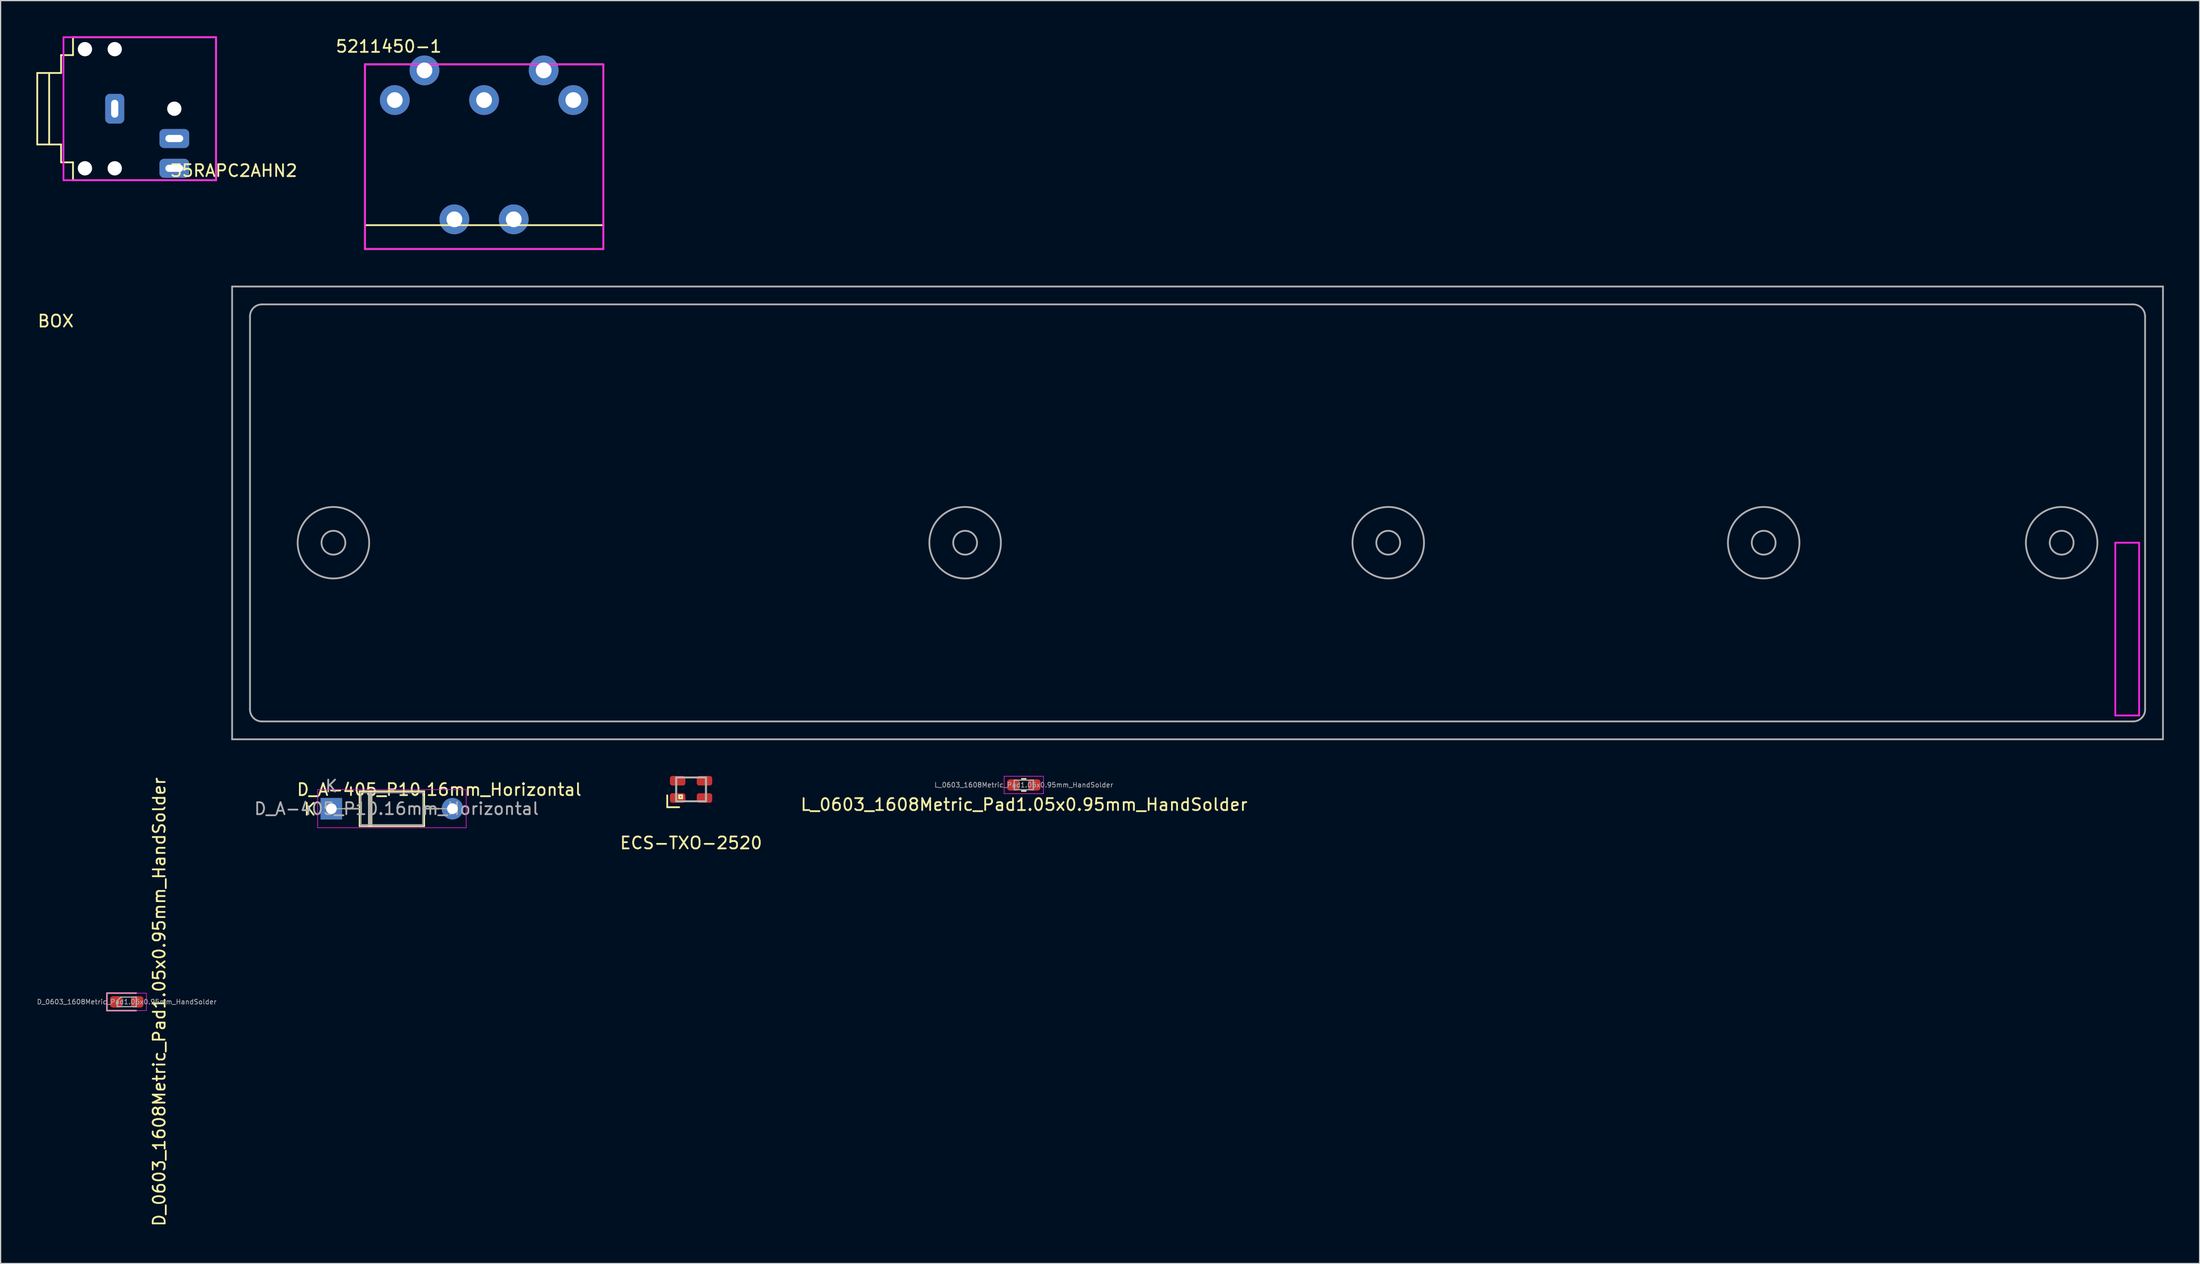
<source format=kicad_pcb>
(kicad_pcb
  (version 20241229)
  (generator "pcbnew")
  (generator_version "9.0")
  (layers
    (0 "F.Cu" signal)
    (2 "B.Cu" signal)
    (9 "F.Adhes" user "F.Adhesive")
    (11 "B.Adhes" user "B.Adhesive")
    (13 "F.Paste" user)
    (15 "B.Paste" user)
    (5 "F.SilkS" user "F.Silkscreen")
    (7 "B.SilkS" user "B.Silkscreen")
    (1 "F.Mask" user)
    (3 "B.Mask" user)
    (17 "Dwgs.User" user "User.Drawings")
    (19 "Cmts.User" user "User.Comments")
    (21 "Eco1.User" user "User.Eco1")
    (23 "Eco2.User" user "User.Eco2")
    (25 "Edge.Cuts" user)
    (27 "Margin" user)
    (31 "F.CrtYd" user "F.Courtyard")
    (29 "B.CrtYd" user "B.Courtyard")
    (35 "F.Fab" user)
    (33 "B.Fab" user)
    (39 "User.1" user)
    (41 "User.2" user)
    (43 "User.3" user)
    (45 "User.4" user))
  (footprint "ECS-TXO-2520"
    (layer "F.Cu")
    (at 54.931 63.198)
    (property "Reference" "ECS-TXO-2520" (at 0 4.5 0) (layer "F.SilkS") (effects (font (size 1 1) (thickness 0.15))))
    (attr through_hole)
    (fp_line (start -2 0.5) (end -2 1.5) (stroke (width 0.15) (type solid)) (layer "F.SilkS"))
    (fp_line (start -2 1.5) (end -1 1.5) (stroke (width 0.15) (type solid)) (layer "F.SilkS"))
    (fp_line (start -1.25 -1) (end -1.25 1) (stroke (width 0.15) (type solid)) (layer "F.SilkS"))
    (fp_line (start -1.25 1) (end 1.25 1) (stroke (width 0.15) (type solid)) (layer "F.SilkS"))
    (fp_line (start -1 0.5) (end -1 0.75) (stroke (width 0.15) (type solid)) (layer "F.SilkS"))
    (fp_line (start -1 0.75) (end -0.75 0.75) (stroke (width 0.15) (type solid)) (layer "F.SilkS"))
    (fp_line (start -0.75 0.5) (end -1 0.5) (stroke (width 0.15) (type solid)) (layer "F.SilkS"))
    (fp_line (start -0.75 0.75) (end -0.75 0.5) (stroke (width 0.15) (type solid)) (layer "F.SilkS"))
    (fp_line (start 1.25 -1) (end -1.25 -1) (stroke (width 0.15) (type solid)) (layer "F.SilkS"))
    (fp_line (start 1.25 1) (end 1.25 -1) (stroke (width 0.15) (type solid)) (layer "F.SilkS"))
    (fp_line (start -1.25 -1) (end -1.25 1) (stroke (width 0.15) (type solid)) (layer "F.Fab"))
    (fp_line (start -1.25 1) (end 1.25 1) (stroke (width 0.15) (type solid)) (layer "F.Fab"))
    (fp_line (start 1.25 -1) (end -1.25 -1) (stroke (width 0.15) (type solid)) (layer "F.Fab"))
    (fp_line (start 1.25 1) (end 1.25 -1) (stroke (width 0.15) (type solid)) (layer "F.Fab"))
    (pad "1" smd roundrect (at -1.125 0.725) (size 1.3 0.8) (layers "F.Cu" "F.Mask" "F.Paste") (roundrect_rratio 0.25))
    (pad "2" smd roundrect (at 1.125 0.725) (size 1.3 0.8) (layers "F.Cu" "F.Mask" "F.Paste") (roundrect_rratio 0.25))
    (pad "3" smd roundrect (at 1.125 -0.725) (size 1.3 0.8) (layers "F.Cu" "F.Mask" "F.Paste") (roundrect_rratio 0.25))
    (pad "4" smd roundrect (at -1.125 -0.725) (size 1.3 0.8) (layers "F.Cu" "F.Mask" "F.Paste") (roundrect_rratio 0.25)))
  (footprint "D_A-405_P10.16mm_Horizontal"
    (layer "F.Cu")
    (at 24.75 64.822)
    (property "Reference" "D_A-405_P10.16mm_Horizontal" (at 9.05 -1.6 0) (layer "F.SilkS") (effects (font (size 1 1) (thickness 0.15))))
    (attr through_hole)
    (fp_line (start 1.14 0) (end 2.36 0) (stroke (width 0.12) (type solid)) (layer "F.SilkS"))
    (fp_line (start 2.36 -1.47) (end 2.36 1.47) (stroke (width 0.12) (type solid)) (layer "F.SilkS"))
    (fp_line (start 2.36 1.47) (end 7.8 1.47) (stroke (width 0.12) (type solid)) (layer "F.SilkS"))
    (fp_line (start 3.14 -1.47) (end 3.14 1.47) (stroke (width 0.12) (type solid)) (layer "F.SilkS"))
    (fp_line (start 3.26 -1.47) (end 3.26 1.47) (stroke (width 0.12) (type solid)) (layer "F.SilkS"))
    (fp_line (start 3.38 -1.47) (end 3.38 1.47) (stroke (width 0.12) (type solid)) (layer "F.SilkS"))
    (fp_line (start 7.8 -1.47) (end 2.36 -1.47) (stroke (width 0.12) (type solid)) (layer "F.SilkS"))
    (fp_line (start 7.8 1.47) (end 7.8 -1.47) (stroke (width 0.12) (type solid)) (layer "F.SilkS"))
    (fp_line (start 9.02 0) (end 7.8 0) (stroke (width 0.12) (type solid)) (layer "F.SilkS"))
    (fp_line (start -1.15 -1.6) (end -1.15 1.6) (stroke (width 0.05) (type solid)) (layer "F.CrtYd"))
    (fp_line (start -1.15 1.6) (end 11.31 1.6) (stroke (width 0.05) (type solid)) (layer "F.CrtYd"))
    (fp_line (start 11.31 -1.6) (end -1.15 -1.6) (stroke (width 0.05) (type solid)) (layer "F.CrtYd"))
    (fp_line (start 11.31 1.6) (end 11.31 -1.6) (stroke (width 0.05) (type solid)) (layer "F.CrtYd"))
    (fp_line (start 0 0) (end 2.48 0) (stroke (width 0.1) (type solid)) (layer "F.Fab"))
    (fp_line (start 2.48 -1.35) (end 2.48 1.35) (stroke (width 0.1) (type solid)) (layer "F.Fab"))
    (fp_line (start 2.48 1.35) (end 7.68 1.35) (stroke (width 0.1) (type solid)) (layer "F.Fab"))
    (fp_line (start 3.16 -1.35) (end 3.16 1.35) (stroke (width 0.1) (type solid)) (layer "F.Fab"))
    (fp_line (start 3.26 -1.35) (end 3.26 1.35) (stroke (width 0.1) (type solid)) (layer "F.Fab"))
    (fp_line (start 3.36 -1.35) (end 3.36 1.35) (stroke (width 0.1) (type solid)) (layer "F.Fab"))
    (fp_line (start 7.68 -1.35) (end 2.48 -1.35) (stroke (width 0.1) (type solid)) (layer "F.Fab"))
    (fp_line (start 7.68 1.35) (end 7.68 -1.35) (stroke (width 0.1) (type solid)) (layer "F.Fab"))
    (fp_line (start 10.16 0) (end 7.68 0) (stroke (width 0.1) (type solid)) (layer "F.Fab"))
    (fp_text user "K" (at -1.8 0.05 0) (layer "F.SilkS") (effects (font (size 1 1) (thickness 0.15))))
    (fp_text user "K" (at 0 -1.9 0) (layer "F.Fab") (effects (font (size 1 1) (thickness 0.15))))
    (fp_text user "${REFERENCE}" (at 5.47 0 0) (layer "F.Fab") (effects (font (size 1 1) (thickness 0.15))))
    (pad "1" thru_hole rect (at 0 0) (size 1.8 1.8) (drill 0.9) (layers "*.Cu" "*.Mask"))
    (pad "2" thru_hole oval (at 10.16 0) (size 1.8 1.8) (drill 0.9) (layers "*.Cu" "*.Mask")))
  (footprint "D_0603_1608Metric_Pad1.05x0.95mm_HandSolder"
    (layer "F.Cu")
    (at 7.583 81.032)
    (property "Reference" "D_0603_1608Metric_Pad1.05x0.95mm_HandSolder" (at 2.725 0 90) (layer "F.SilkS") (effects (font (size 1 1) (thickness 0.15))))
    (attr smd)
    (fp_line (start -1.66 -0.735) (end -1.66 0.735) (stroke (width 0.12) (type solid)) (layer "F.SilkS"))
    (fp_line (start -1.66 0.735) (end 0.8 0.735) (stroke (width 0.12) (type solid)) (layer "F.SilkS"))
    (fp_line (start 0.8 -0.735) (end -1.66 -0.735) (stroke (width 0.12) (type solid)) (layer "F.SilkS"))
    (fp_line (start -1.65 -0.73) (end 1.65 -0.73) (stroke (width 0.05) (type solid)) (layer "F.CrtYd"))
    (fp_line (start -1.65 0.73) (end -1.65 -0.73) (stroke (width 0.05) (type solid)) (layer "F.CrtYd"))
    (fp_line (start 1.65 -0.73) (end 1.65 0.73) (stroke (width 0.05) (type solid)) (layer "F.CrtYd"))
    (fp_line (start 1.65 0.73) (end -1.65 0.73) (stroke (width 0.05) (type solid)) (layer "F.CrtYd"))
    (fp_line (start -0.8 -0.1) (end -0.8 0.4) (stroke (width 0.1) (type solid)) (layer "F.Fab"))
    (fp_line (start -0.8 0.4) (end 0.8 0.4) (stroke (width 0.1) (type solid)) (layer "F.Fab"))
    (fp_line (start -0.5 -0.4) (end -0.8 -0.1) (stroke (width 0.1) (type solid)) (layer "F.Fab"))
    (fp_line (start 0.8 -0.4) (end -0.5 -0.4) (stroke (width 0.1) (type solid)) (layer "F.Fab"))
    (fp_line (start 0.8 0.4) (end 0.8 -0.4) (stroke (width 0.1) (type solid)) (layer "F.Fab"))
    (fp_text user "${REFERENCE}" (at 0 0 0) (layer "F.Fab") (effects (font (size 0.4 0.4) (thickness 0.06))))
    (pad "1" smd roundrect (at -0.875 0) (size 1.05 0.95) (layers "F.Cu" "F.Mask" "F.Paste") (roundrect_rratio 0.25))
    (pad "2" smd roundrect (at 0.875 0) (size 1.05 0.95) (layers "F.Cu" "F.Mask" "F.Paste") (roundrect_rratio 0.25)))
  (footprint "5211450-1"
    (layer "F.Cu")
    (at 37.563 5.348)
    (property "Reference" "5211450-1" (at -8 -4.5 0) (layer "F.SilkS") (effects (font (size 1 1) (thickness 0.15))))
    (attr through_hole)
    (fp_line (start -10 -3) (end 10 -3) (stroke (width 0.15) (type solid)) (layer "F.SilkS"))
    (fp_line (start -10 10.5) (end -10 -3) (stroke (width 0.15) (type solid)) (layer "F.SilkS"))
    (fp_line (start -10 10.5) (end -10 12.5) (stroke (width 0.15) (type solid)) (layer "F.SilkS"))
    (fp_line (start -10 12.5) (end 10 12.5) (stroke (width 0.15) (type solid)) (layer "F.SilkS"))
    (fp_line (start 10 -3) (end 10 10.5) (stroke (width 0.15) (type solid)) (layer "F.SilkS"))
    (fp_line (start 10 10.5) (end -10 10.5) (stroke (width 0.15) (type solid)) (layer "F.SilkS"))
    (fp_line (start 10 12.5) (end 10 10.5) (stroke (width 0.15) (type solid)) (layer "F.SilkS"))
    (fp_line (start -10 -3) (end -10 12.5) (stroke (width 0.15) (type solid)) (layer "F.CrtYd"))
    (fp_line (start -10 12.5) (end 10 12.5) (stroke (width 0.15) (type solid)) (layer "F.CrtYd"))
    (fp_line (start 10 -3) (end -10 -3) (stroke (width 0.15) (type solid)) (layer "F.CrtYd"))
    (fp_line (start 10 12.5) (end 10 -3) (stroke (width 0.15) (type solid)) (layer "F.CrtYd"))
    (pad "1" thru_hole circle (at 7.49 0) (size 2.5 2.5) (drill 1.32) (layers "*.Cu" "*.Mask"))
    (pad "2" thru_hole circle (at 0 0) (size 2.5 2.5) (drill 1.32) (layers "*.Cu" "*.Mask"))
    (pad "3" thru_hole circle (at -7.49 0) (size 2.5 2.5) (drill 1.32) (layers "*.Cu" "*.Mask"))
    (pad "4" thru_hole circle (at 5 -2.49) (size 2.5 2.5) (drill 1.32) (layers "*.Cu" "*.Mask"))
    (pad "5" thru_hole circle (at -5 -2.49) (size 2.5 2.5) (drill 1.32) (layers "*.Cu" "*.Mask"))
    (pad "6" thru_hole circle (at -2.49 10.01) (size 2.5 2.5) (drill 1.32) (layers "*.Cu" "*.Mask"))
    (pad "6" thru_hole circle (at 2.49 10.01) (size 2.5 2.5) (drill 1.32) (layers "*.Cu" "*.Mask")))
  (footprint "L_0603_1608Metric_Pad1.05x0.95mm_HandSolder"
    (layer "F.Cu")
    (at 82.847 62.828)
    (property "Reference" "L_0603_1608Metric_Pad1.05x0.95mm_HandSolder" (at 0.025 1.65 0) (layer "F.SilkS") (effects (font (size 1 1) (thickness 0.15))))
    (attr smd)
    (fp_line (start -0.171 -0.51) (end 0.171 -0.51) (stroke (width 0.12) (type solid)) (layer "F.SilkS"))
    (fp_line (start -0.171 0.51) (end 0.171 0.51) (stroke (width 0.12) (type solid)) (layer "F.SilkS"))
    (fp_line (start -1.65 -0.73) (end 1.65 -0.73) (stroke (width 0.05) (type solid)) (layer "F.CrtYd"))
    (fp_line (start -1.65 0.73) (end -1.65 -0.73) (stroke (width 0.05) (type solid)) (layer "F.CrtYd"))
    (fp_line (start 1.65 -0.73) (end 1.65 0.73) (stroke (width 0.05) (type solid)) (layer "F.CrtYd"))
    (fp_line (start 1.65 0.73) (end -1.65 0.73) (stroke (width 0.05) (type solid)) (layer "F.CrtYd"))
    (fp_line (start -0.8 -0.4) (end 0.8 -0.4) (stroke (width 0.1) (type solid)) (layer "F.Fab"))
    (fp_line (start -0.8 0.4) (end -0.8 -0.4) (stroke (width 0.1) (type solid)) (layer "F.Fab"))
    (fp_line (start 0.8 -0.4) (end 0.8 0.4) (stroke (width 0.1) (type solid)) (layer "F.Fab"))
    (fp_line (start 0.8 0.4) (end -0.8 0.4) (stroke (width 0.1) (type solid)) (layer "F.Fab"))
    (fp_text user "${REFERENCE}" (at 0 0 0) (layer "F.Fab") (effects (font (size 0.4 0.4) (thickness 0.06))))
    (pad "1" smd roundrect (at -0.875 0) (size 1.05 0.95) (layers "F.Cu" "F.Mask" "F.Paste") (roundrect_rratio 0.25))
    (pad "2" smd roundrect (at 0.875 0) (size 1.05 0.95) (layers "F.Cu" "F.Mask" "F.Paste") (roundrect_rratio 0.25)))
  (footprint "35RAPC2AHN2"
    (layer "F.Cu")
    (at 6.575 6.075)
    (property "Reference" "35RAPC2AHN2" (at 10 5.2 0) (layer "F.SilkS") (effects (font (size 1 1) (thickness 0.15))))
    (attr through_hole)
    (fp_line (start -6.5 -3) (end -6.5 3) (stroke (width 0.15) (type solid)) (layer "F.SilkS"))
    (fp_line (start -6.5 3) (end -4.5 3) (stroke (width 0.15) (type solid)) (layer "F.SilkS"))
    (fp_line (start -5.5 -3) (end -5.5 3) (stroke (width 0.15) (type solid)) (layer "F.SilkS"))
    (fp_line (start -4.5 -4.5) (end -3.5 -4.5) (stroke (width 0.15) (type solid)) (layer "F.SilkS"))
    (fp_line (start -4.5 -3) (end -6.5 -3) (stroke (width 0.15) (type solid)) (layer "F.SilkS"))
    (fp_line (start -4.5 -3) (end -4.5 -4.5) (stroke (width 0.15) (type solid)) (layer "F.SilkS"))
    (fp_line (start -4.5 3) (end -4.5 4.5) (stroke (width 0.15) (type solid)) (layer "F.SilkS"))
    (fp_line (start -4.5 4.5) (end -3.5 4.5) (stroke (width 0.15) (type solid)) (layer "F.SilkS"))
    (fp_line (start -3.5 -6) (end 8.5 -6) (stroke (width 0.15) (type solid)) (layer "F.SilkS"))
    (fp_line (start -3.5 -4.5) (end -3.5 -6) (stroke (width 0.15) (type solid)) (layer "F.SilkS"))
    (fp_line (start -3.5 4.5) (end -3.5 6) (stroke (width 0.15) (type solid)) (layer "F.SilkS"))
    (fp_line (start 8.5 -6) (end 8.5 6) (stroke (width 0.15) (type solid)) (layer "F.SilkS"))
    (fp_line (start 8.5 6) (end -3.5 6) (stroke (width 0.15) (type solid)) (layer "F.SilkS"))
    (fp_line (start -4.3 -6) (end -4.3 6) (stroke (width 0.15) (type solid)) (layer "F.CrtYd"))
    (fp_line (start -4.3 6) (end 8.5 6) (stroke (width 0.15) (type solid)) (layer "F.CrtYd"))
    (fp_line (start 8.5 -6) (end -4.3 -6) (stroke (width 0.15) (type solid)) (layer "F.CrtYd"))
    (fp_line (start 8.5 6) (end 8.5 -6) (stroke (width 0.15) (type solid)) (layer "F.CrtYd"))
    (pad "" np_thru_hole circle (at -2.5 -5) (size 1.2 1.2) (drill 1.2) (layers "*.Cu" "*.Mask"))
    (pad "" np_thru_hole circle (at -2.5 5) (size 1.2 1.2) (drill 1.2) (layers "*.Cu" "*.Mask"))
    (pad "" np_thru_hole circle (at 0 -5) (size 1.2 1.2) (drill 1.2) (layers "*.Cu" "*.Mask"))
    (pad "" np_thru_hole circle (at 0 5) (size 1.2 1.2) (drill 1.2) (layers "*.Cu" "*.Mask"))
    (pad "" np_thru_hole circle (at 5 0) (size 1.2 1.2) (drill 1.2) (layers "*.Cu" "*.Mask"))
    (pad "1" thru_hole roundrect (at 5 5 180) (size 2.5 1.6) (drill oval 1.5 0.6) (layers "*.Cu" "*.Mask") (roundrect_rratio 0.25))
    (pad "2" thru_hole roundrect (at 5 2.5) (size 2.5 1.6) (drill oval 1.5 0.6) (layers "*.Cu" "*.Mask") (roundrect_rratio 0.25))
    (pad "3" thru_hole roundrect (at 0 0 90) (size 2.5 1.6) (drill oval 1.5 0.6) (layers "*.Cu" "*.Mask") (roundrect_rratio 0.25)))
  (footprint "BOX"
    (layer "F.Cu")
    (at 17.925 22.498)
    (property "Reference" "BOX" (at -16.3 1.4 0) (layer "F.SilkS") (effects (font (size 1 1) (thickness 0.15))))
    (attr through_hole)
    (fp_line (start 156.5 20) (end 158.5 20) (stroke (width 0.15) (type solid)) (layer "F.CrtYd"))
    (fp_line (start 156.5 34.5) (end 156.5 20) (stroke (width 0.15) (type solid)) (layer "F.CrtYd"))
    (fp_line (start 158.5 20) (end 158.5 34.5) (stroke (width 0.15) (type solid)) (layer "F.CrtYd"))
    (fp_line (start 158.5 34.5) (end 156.5 34.5) (stroke (width 0.15) (type solid)) (layer "F.CrtYd"))
    (fp_line (start -1.5 -1.5) (end 160.5 -1.5) (stroke (width 0.15) (type solid)) (layer "F.Fab"))
    (fp_line (start -1.5 36.5) (end -1.5 -1.5) (stroke (width 0.15) (type solid)) (layer "F.Fab"))
    (fp_line (start 0 1) (end 0 34) (stroke (width 0.15) (type solid)) (layer "F.Fab"))
    (fp_line (start 1 35) (end 158 35) (stroke (width 0.15) (type solid)) (layer "F.Fab"))
    (fp_line (start 158 0) (end 1 0) (stroke (width 0.15) (type solid)) (layer "F.Fab"))
    (fp_line (start 159 34) (end 159 1) (stroke (width 0.15) (type solid)) (layer "F.Fab"))
    (fp_line (start 160.5 -1.5) (end 160.5 36.5) (stroke (width 0.15) (type solid)) (layer "F.Fab"))
    (fp_line (start 160.5 36.5) (end -1.5 36.5) (stroke (width 0.15) (type solid)) (layer "F.Fab"))
    (fp_arc (start 0 1) (mid 0.292893 0.292893) (end 1 0) (stroke (width 0.15) (type solid)) (layer "F.Fab"))
    (fp_arc (start 1 35) (mid 0.292893 34.707107) (end 0 34) (stroke (width 0.15) (type solid)) (layer "F.Fab"))
    (fp_arc (start 158 0) (mid 158.707107 0.292893) (end 159 1) (stroke (width 0.15) (type solid)) (layer "F.Fab"))
    (fp_arc (start 159 34) (mid 158.707107 34.707107) (end 158 35) (stroke (width 0.15) (type solid)) (layer "F.Fab"))
    (fp_circle (center 7 20) (end 8 20) (stroke (width 0.15) (type solid)) (fill no) (layer "F.Fab"))
    (fp_circle (center 7 20) (end 10 20) (stroke (width 0.15) (type solid)) (fill no) (layer "F.Fab"))
    (fp_circle (center 60 20) (end 61 20) (stroke (width 0.15) (type solid)) (fill no) (layer "F.Fab"))
    (fp_circle (center 60 20) (end 63 20) (stroke (width 0.15) (type solid)) (fill no) (layer "F.Fab"))
    (fp_circle (center 95.5 20) (end 96.5 20) (stroke (width 0.15) (type solid)) (fill no) (layer "F.Fab"))
    (fp_circle (center 95.5 20) (end 98.5 20) (stroke (width 0.15) (type solid)) (fill no) (layer "F.Fab"))
    (fp_circle (center 127 20) (end 128 20) (stroke (width 0.15) (type solid)) (fill no) (layer "F.Fab"))
    (fp_circle (center 127 20) (end 130 20) (stroke (width 0.15) (type solid)) (fill no) (layer "F.Fab"))
    (fp_circle (center 152 20) (end 153 20) (stroke (width 0.15) (type solid)) (fill no) (layer "F.Fab"))
    (fp_circle (center 152 20) (end 155 20) (stroke (width 0.15) (type solid)) (fill no) (layer "F.Fab")))
  (gr_rect
    (start -3 -3)
    (end 181.5 102.99)
    (stroke (width 0.1) (type default))
    (fill no)
    (layer "Edge.Cuts")))
</source>
